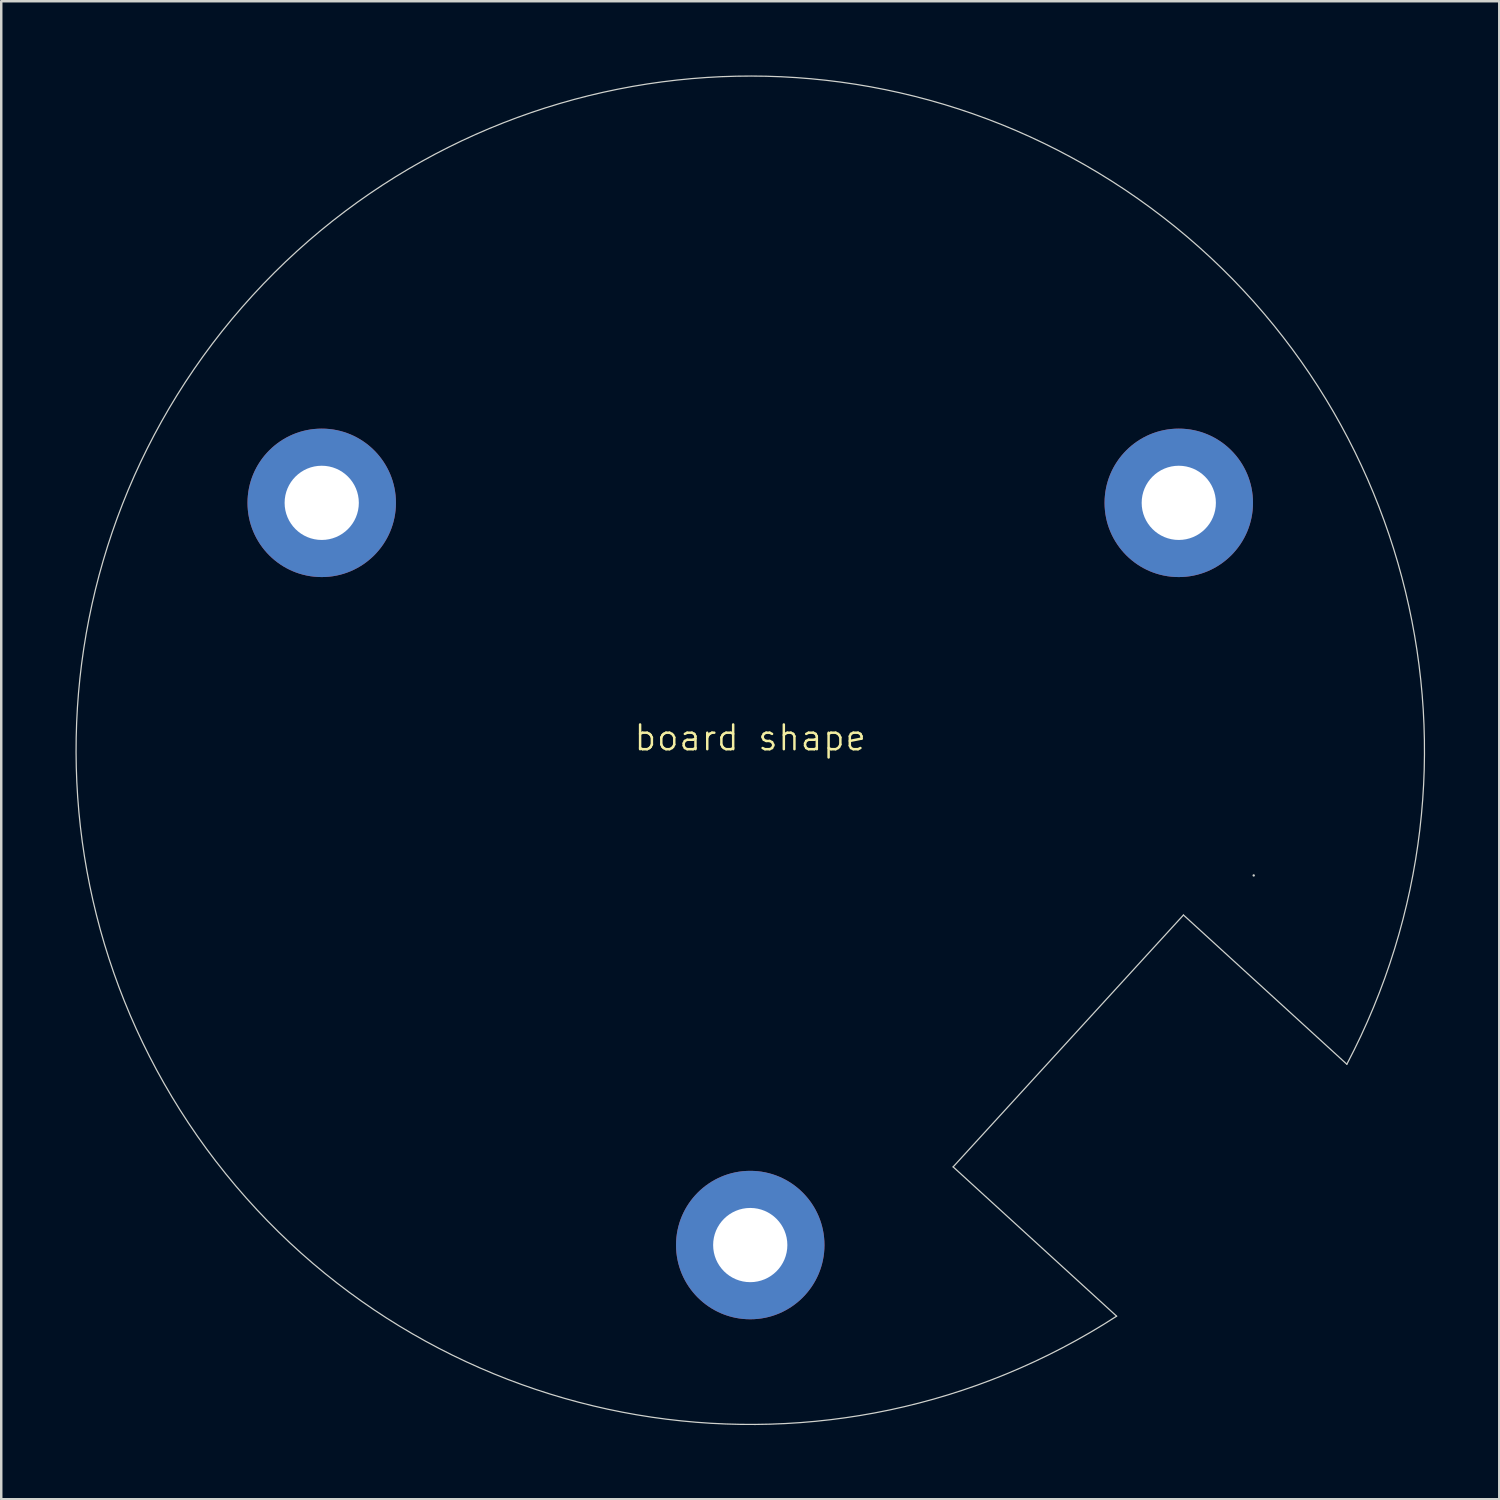
<source format=kicad_pcb>
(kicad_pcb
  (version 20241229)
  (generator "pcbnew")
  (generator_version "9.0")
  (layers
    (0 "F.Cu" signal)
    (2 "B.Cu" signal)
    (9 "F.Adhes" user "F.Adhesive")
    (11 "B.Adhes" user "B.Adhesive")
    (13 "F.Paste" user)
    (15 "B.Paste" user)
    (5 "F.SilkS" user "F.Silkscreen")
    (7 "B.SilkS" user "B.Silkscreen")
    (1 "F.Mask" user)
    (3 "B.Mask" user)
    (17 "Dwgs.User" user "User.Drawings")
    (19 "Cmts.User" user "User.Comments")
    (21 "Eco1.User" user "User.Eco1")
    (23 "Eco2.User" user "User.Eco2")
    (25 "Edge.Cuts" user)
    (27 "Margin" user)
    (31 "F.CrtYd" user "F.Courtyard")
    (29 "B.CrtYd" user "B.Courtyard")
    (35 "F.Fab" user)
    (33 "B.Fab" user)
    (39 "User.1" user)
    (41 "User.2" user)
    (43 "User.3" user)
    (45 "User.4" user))
  (footprint "board shape"
    (layer "F.Cu")
    (at 27.275 27.275)
    (property "Reference" "board shape" (at 0 -0.5 0) (unlocked yes) (layer "F.SilkS") (effects (font (size 1 1) (thickness 0.1))))
    (attr smd)
    (fp_line (start 8.2 16.84) (end 14.809 22.875) (stroke (width 0.05) (type default)) (layer "Edge.Cuts"))
    (fp_line (start 8.2 16.84) (end 17.51 6.66) (stroke (width 0.05) (type default)) (layer "Edge.Cuts"))
    (fp_line (start 17.51 6.66) (end 24.114 12.691) (stroke (width 0.05) (type default)) (layer "Edge.Cuts"))
    (fp_arc (start 14.808964 22.874813) (mid -20.116847 -18.381375) (end 24.11448 12.69072) (stroke (width 0.05) (type default)) (layer "Edge.Cuts"))
    (fp_arc (start 20.35 5.06) (mid 20.35 5.06) (end 20.35 5.06) (stroke (width 0.05) (type default)) (layer "Edge.Cuts"))
    (pad "1" thru_hole circle (at -17.321 -10) (size 6 6) (drill 3) (layers "*.Cu" "*.Mask"))
    (pad "1" thru_hole circle (at 0 20) (size 6 6) (drill 3) (layers "*.Cu" "*.Mask"))
    (pad "1" thru_hole circle (at 17.321 -10) (size 6 6) (drill 3) (layers "*.Cu" "*.Mask")))
  (gr_rect
    (start -3 -3)
    (end 57.55 57.55)
    (stroke (width 0.1) (type default))
    (fill no)
    (layer "Edge.Cuts")))
</source>
